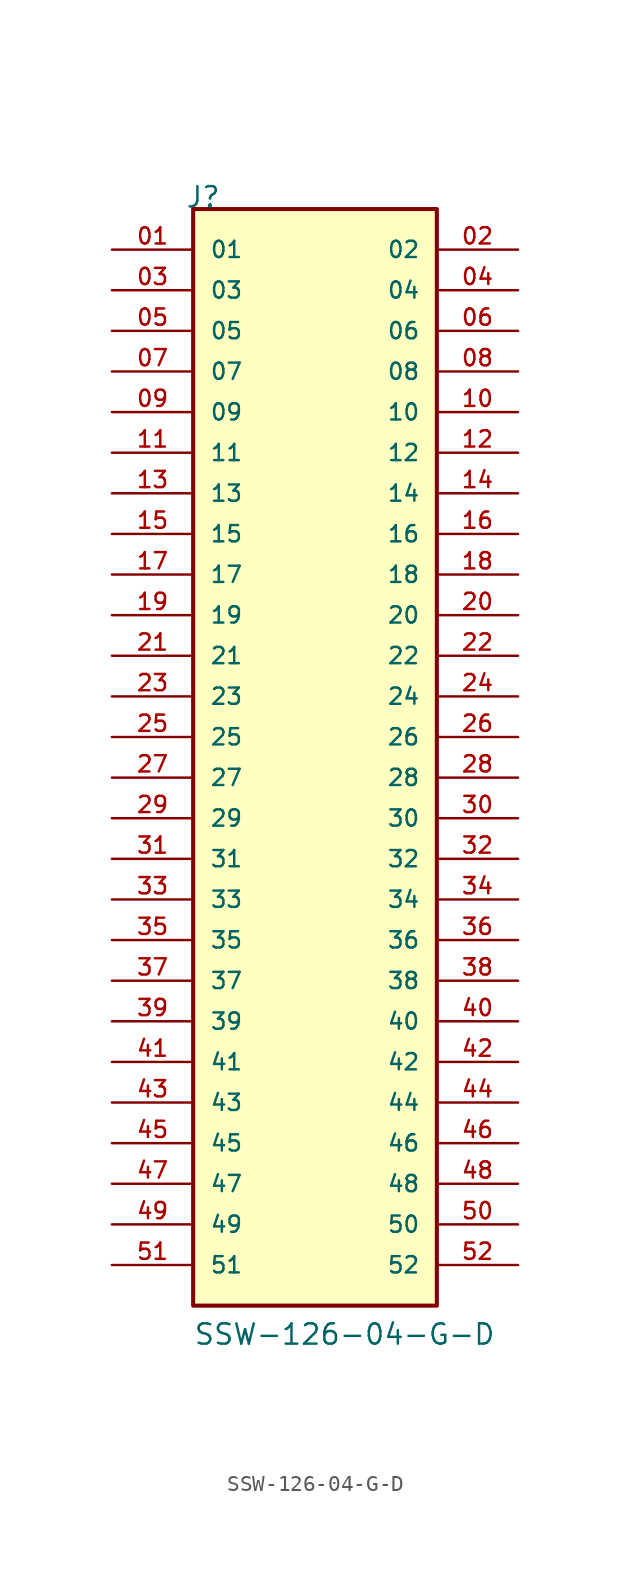
<source format=kicad_sym>
(kicad_symbol_lib
  (version 20211014)
  (generator kicad_symbol_editor)
  (symbol "SSW-126-04-G-D"
    (pin_names
      (offset 1.016))
    (property "Reference" "J"
      (at -8.12 35.56 0)
      (effects (font (size 1.27 1.27)) (justify bottom left)))
    (property "Value" "SSW-126-04-G-D"
      (at -7.62 -35.56 0)
      (effects (font (size 1.27 1.27)) (justify bottom left)))
    (symbol "SSW-126-04-G-D_0_0"
      (rectangle (start -7.62 -33.02) (end 7.62 35.56) (stroke (width 0.254)) (fill (type background)))
      (pin passive line (at -12.7 33.02 0) (length 5.08) (name "01" (effects (font (size 1.016 1.016)))) (number "01" (effects (font (size 1.016 1.016)))))
      (pin passive line (at 12.7 33.02 180.0) (length 5.08) (name "02" (effects (font (size 1.016 1.016)))) (number "02" (effects (font (size 1.016 1.016)))))
      (pin passive line (at -12.7 30.48 0) (length 5.08) (name "03" (effects (font (size 1.016 1.016)))) (number "03" (effects (font (size 1.016 1.016)))))
      (pin passive line (at 12.7 30.48 180.0) (length 5.08) (name "04" (effects (font (size 1.016 1.016)))) (number "04" (effects (font (size 1.016 1.016)))))
      (pin passive line (at -12.7 27.94 0) (length 5.08) (name "05" (effects (font (size 1.016 1.016)))) (number "05" (effects (font (size 1.016 1.016)))))
      (pin passive line (at 12.7 27.94 180.0) (length 5.08) (name "06" (effects (font (size 1.016 1.016)))) (number "06" (effects (font (size 1.016 1.016)))))
      (pin passive line (at -12.7 25.4 0) (length 5.08) (name "07" (effects (font (size 1.016 1.016)))) (number "07" (effects (font (size 1.016 1.016)))))
      (pin passive line (at 12.7 25.4 180.0) (length 5.08) (name "08" (effects (font (size 1.016 1.016)))) (number "08" (effects (font (size 1.016 1.016)))))
      (pin passive line (at -12.7 22.86 0) (length 5.08) (name "09" (effects (font (size 1.016 1.016)))) (number "09" (effects (font (size 1.016 1.016)))))
      (pin passive line (at 12.7 22.86 180.0) (length 5.08) (name "10" (effects (font (size 1.016 1.016)))) (number "10" (effects (font (size 1.016 1.016)))))
      (pin passive line (at -12.7 20.32 0) (length 5.08) (name "11" (effects (font (size 1.016 1.016)))) (number "11" (effects (font (size 1.016 1.016)))))
      (pin passive line (at 12.7 20.32 180.0) (length 5.08) (name "12" (effects (font (size 1.016 1.016)))) (number "12" (effects (font (size 1.016 1.016)))))
      (pin passive line (at -12.7 17.78 0) (length 5.08) (name "13" (effects (font (size 1.016 1.016)))) (number "13" (effects (font (size 1.016 1.016)))))
      (pin passive line (at 12.7 17.78 180.0) (length 5.08) (name "14" (effects (font (size 1.016 1.016)))) (number "14" (effects (font (size 1.016 1.016)))))
      (pin passive line (at -12.7 15.24 0) (length 5.08) (name "15" (effects (font (size 1.016 1.016)))) (number "15" (effects (font (size 1.016 1.016)))))
      (pin passive line (at 12.7 15.24 180.0) (length 5.08) (name "16" (effects (font (size 1.016 1.016)))) (number "16" (effects (font (size 1.016 1.016)))))
      (pin passive line (at -12.7 12.7 0) (length 5.08) (name "17" (effects (font (size 1.016 1.016)))) (number "17" (effects (font (size 1.016 1.016)))))
      (pin passive line (at 12.7 12.7 180.0) (length 5.08) (name "18" (effects (font (size 1.016 1.016)))) (number "18" (effects (font (size 1.016 1.016)))))
      (pin passive line (at -12.7 10.16 0) (length 5.08) (name "19" (effects (font (size 1.016 1.016)))) (number "19" (effects (font (size 1.016 1.016)))))
      (pin passive line (at 12.7 10.16 180.0) (length 5.08) (name "20" (effects (font (size 1.016 1.016)))) (number "20" (effects (font (size 1.016 1.016)))))
      (pin passive line (at -12.7 7.62 0) (length 5.08) (name "21" (effects (font (size 1.016 1.016)))) (number "21" (effects (font (size 1.016 1.016)))))
      (pin passive line (at 12.7 7.62 180.0) (length 5.08) (name "22" (effects (font (size 1.016 1.016)))) (number "22" (effects (font (size 1.016 1.016)))))
      (pin passive line (at -12.7 5.08 0) (length 5.08) (name "23" (effects (font (size 1.016 1.016)))) (number "23" (effects (font (size 1.016 1.016)))))
      (pin passive line (at 12.7 5.08 180.0) (length 5.08) (name "24" (effects (font (size 1.016 1.016)))) (number "24" (effects (font (size 1.016 1.016)))))
      (pin passive line (at -12.7 2.54 0) (length 5.08) (name "25" (effects (font (size 1.016 1.016)))) (number "25" (effects (font (size 1.016 1.016)))))
      (pin passive line (at 12.7 2.54 180.0) (length 5.08) (name "26" (effects (font (size 1.016 1.016)))) (number "26" (effects (font (size 1.016 1.016)))))
      (pin passive line (at -12.7 0.0 0) (length 5.08) (name "27" (effects (font (size 1.016 1.016)))) (number "27" (effects (font (size 1.016 1.016)))))
      (pin passive line (at 12.7 0.0 180.0) (length 5.08) (name "28" (effects (font (size 1.016 1.016)))) (number "28" (effects (font (size 1.016 1.016)))))
      (pin passive line (at -12.7 -2.54 0) (length 5.08) (name "29" (effects (font (size 1.016 1.016)))) (number "29" (effects (font (size 1.016 1.016)))))
      (pin passive line (at 12.7 -2.54 180.0) (length 5.08) (name "30" (effects (font (size 1.016 1.016)))) (number "30" (effects (font (size 1.016 1.016)))))
      (pin passive line (at -12.7 -5.08 0) (length 5.08) (name "31" (effects (font (size 1.016 1.016)))) (number "31" (effects (font (size 1.016 1.016)))))
      (pin passive line (at 12.7 -5.08 180.0) (length 5.08) (name "32" (effects (font (size 1.016 1.016)))) (number "32" (effects (font (size 1.016 1.016)))))
      (pin passive line (at -12.7 -7.62 0) (length 5.08) (name "33" (effects (font (size 1.016 1.016)))) (number "33" (effects (font (size 1.016 1.016)))))
      (pin passive line (at 12.7 -7.62 180.0) (length 5.08) (name "34" (effects (font (size 1.016 1.016)))) (number "34" (effects (font (size 1.016 1.016)))))
      (pin passive line (at -12.7 -10.16 0) (length 5.08) (name "35" (effects (font (size 1.016 1.016)))) (number "35" (effects (font (size 1.016 1.016)))))
      (pin passive line (at 12.7 -10.16 180.0) (length 5.08) (name "36" (effects (font (size 1.016 1.016)))) (number "36" (effects (font (size 1.016 1.016)))))
      (pin passive line (at -12.7 -12.7 0) (length 5.08) (name "37" (effects (font (size 1.016 1.016)))) (number "37" (effects (font (size 1.016 1.016)))))
      (pin passive line (at 12.7 -12.7 180.0) (length 5.08) (name "38" (effects (font (size 1.016 1.016)))) (number "38" (effects (font (size 1.016 1.016)))))
      (pin passive line (at -12.7 -15.24 0) (length 5.08) (name "39" (effects (font (size 1.016 1.016)))) (number "39" (effects (font (size 1.016 1.016)))))
      (pin passive line (at 12.7 -15.24 180.0) (length 5.08) (name "40" (effects (font (size 1.016 1.016)))) (number "40" (effects (font (size 1.016 1.016)))))
      (pin passive line (at -12.7 -17.78 0) (length 5.08) (name "41" (effects (font (size 1.016 1.016)))) (number "41" (effects (font (size 1.016 1.016)))))
      (pin passive line (at 12.7 -17.78 180.0) (length 5.08) (name "42" (effects (font (size 1.016 1.016)))) (number "42" (effects (font (size 1.016 1.016)))))
      (pin passive line (at -12.7 -20.32 0) (length 5.08) (name "43" (effects (font (size 1.016 1.016)))) (number "43" (effects (font (size 1.016 1.016)))))
      (pin passive line (at 12.7 -20.32 180.0) (length 5.08) (name "44" (effects (font (size 1.016 1.016)))) (number "44" (effects (font (size 1.016 1.016)))))
      (pin passive line (at -12.7 -22.86 0) (length 5.08) (name "45" (effects (font (size 1.016 1.016)))) (number "45" (effects (font (size 1.016 1.016)))))
      (pin passive line (at 12.7 -22.86 180.0) (length 5.08) (name "46" (effects (font (size 1.016 1.016)))) (number "46" (effects (font (size 1.016 1.016)))))
      (pin passive line (at -12.7 -25.4 0) (length 5.08) (name "47" (effects (font (size 1.016 1.016)))) (number "47" (effects (font (size 1.016 1.016)))))
      (pin passive line (at 12.7 -25.4 180.0) (length 5.08) (name "48" (effects (font (size 1.016 1.016)))) (number "48" (effects (font (size 1.016 1.016)))))
      (pin passive line (at -12.7 -27.94 0) (length 5.08) (name "49" (effects (font (size 1.016 1.016)))) (number "49" (effects (font (size 1.016 1.016)))))
      (pin passive line (at 12.7 -27.94 180.0) (length 5.08) (name "50" (effects (font (size 1.016 1.016)))) (number "50" (effects (font (size 1.016 1.016)))))
      (pin passive line (at -12.7 -30.48 0) (length 5.08) (name "51" (effects (font (size 1.016 1.016)))) (number "51" (effects (font (size 1.016 1.016)))))
      (pin passive line (at 12.7 -30.48 180.0) (length 5.08) (name "52" (effects (font (size 1.016 1.016)))) (number "52" (effects (font (size 1.016 1.016))))))))
</source>
